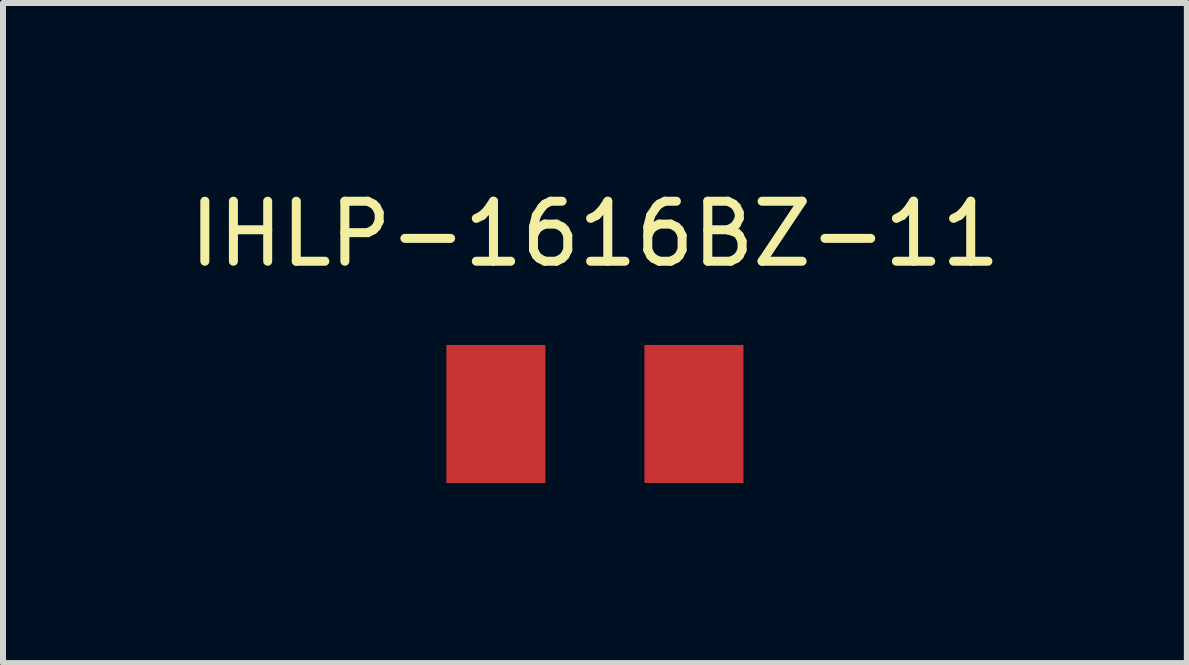
<source format=kicad_pcb>
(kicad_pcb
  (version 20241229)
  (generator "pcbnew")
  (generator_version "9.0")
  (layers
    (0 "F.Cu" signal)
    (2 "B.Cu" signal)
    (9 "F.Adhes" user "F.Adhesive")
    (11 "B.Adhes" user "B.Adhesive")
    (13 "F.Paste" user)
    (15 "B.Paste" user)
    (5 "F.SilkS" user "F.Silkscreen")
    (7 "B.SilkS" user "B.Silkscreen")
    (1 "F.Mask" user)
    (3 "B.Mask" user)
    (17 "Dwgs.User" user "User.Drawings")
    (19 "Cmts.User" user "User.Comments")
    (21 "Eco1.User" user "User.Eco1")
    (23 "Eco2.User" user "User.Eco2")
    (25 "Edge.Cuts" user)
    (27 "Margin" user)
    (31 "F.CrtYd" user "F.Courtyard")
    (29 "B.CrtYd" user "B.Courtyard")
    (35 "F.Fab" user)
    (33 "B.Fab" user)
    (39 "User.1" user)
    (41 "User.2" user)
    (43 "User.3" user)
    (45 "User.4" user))
  (footprint "IHLP-1616BZ-11"
    (layer "F.Cu")
    (at 6.863 3.848)
    (property "Reference" "IHLP-1616BZ-11" (at 0 -3 0) (layer "F.SilkS") (effects (font (size 1 1) (thickness 0.15))))
    (attr through_hole)
    (pad "1" smd rect (at -0.825 0) (size 1.65 2.3) (drill (offset -0.825 0)) (layers "F.Cu" "F.Mask" "F.Paste"))
    (pad "2" smd rect (at 0.825 0) (size 1.65 2.3) (drill (offset 0.825 0)) (layers "F.Cu" "F.Mask" "F.Paste")))
  (gr_rect
    (start -3 -3)
    (end 16.726 7.998)
    (stroke (width 0.1) (type default))
    (fill no)
    (layer "Edge.Cuts")))
</source>
